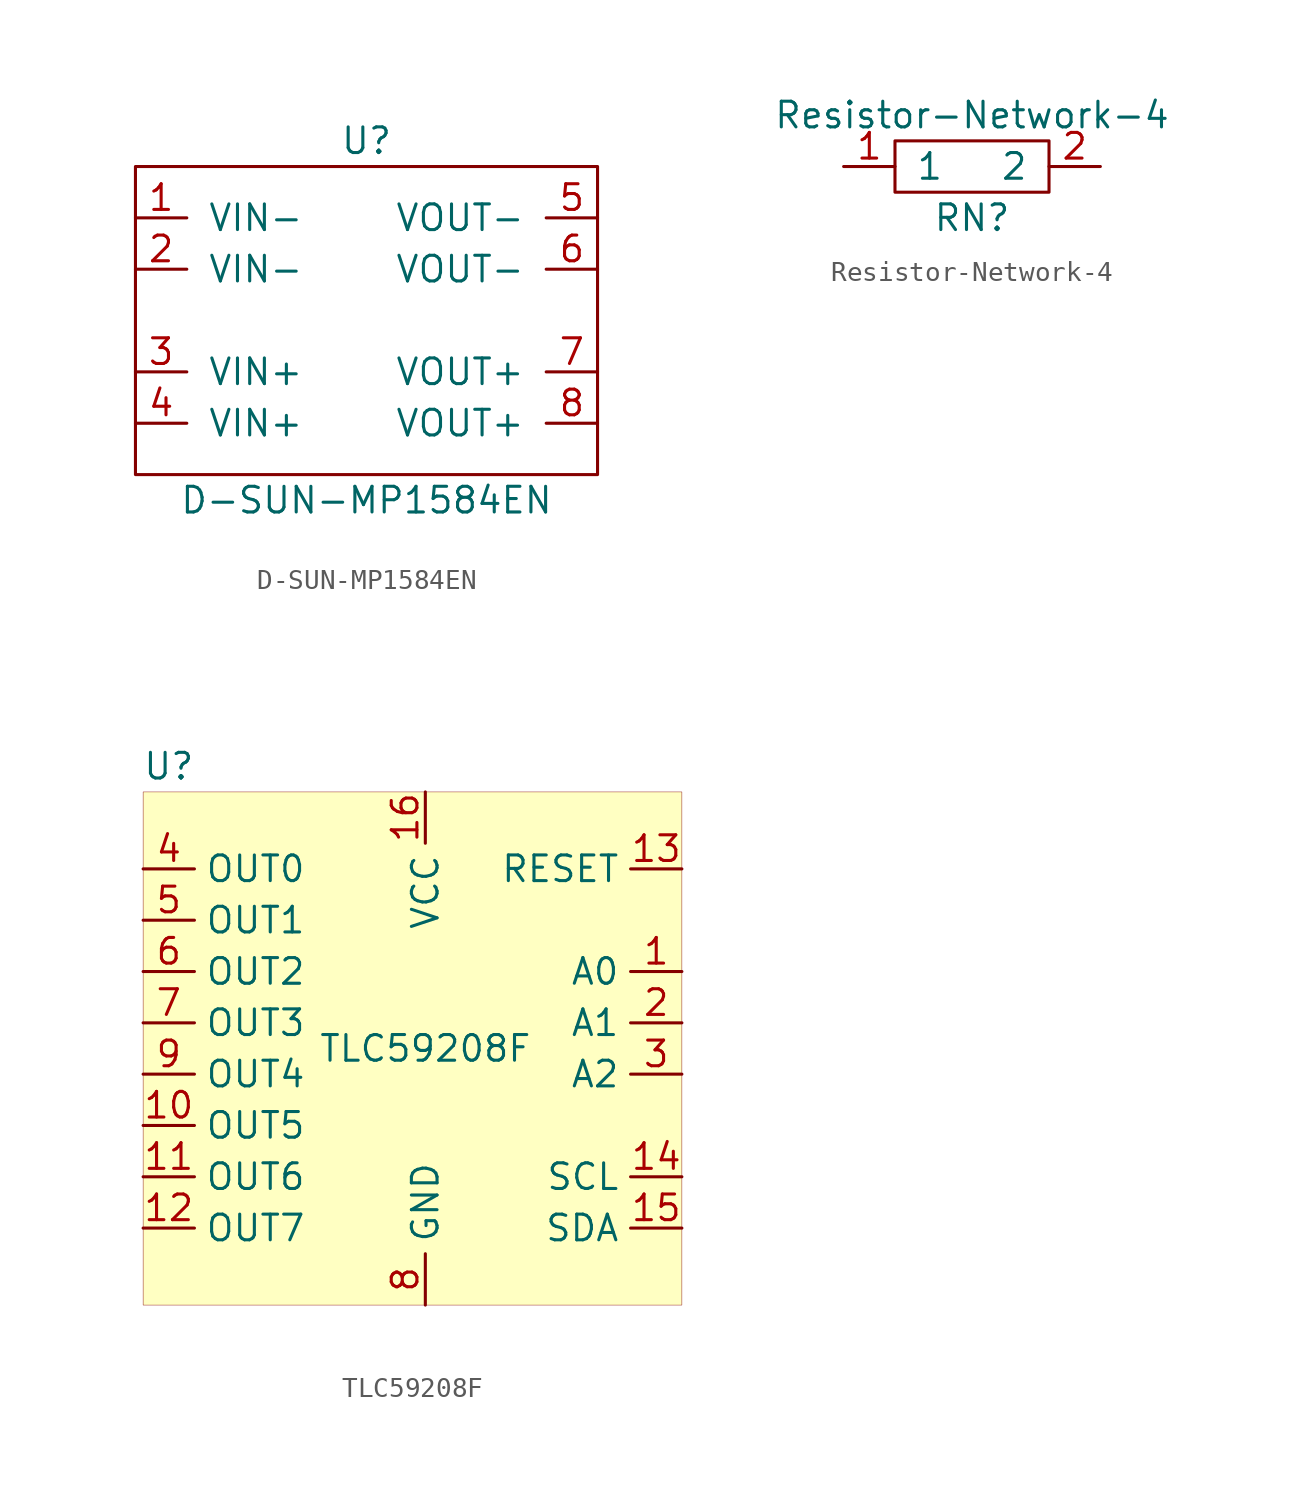
<source format=kicad_sym>
(kicad_symbol_lib
  (version 20201005)
  (generator kicad_symbol_editor)
  (symbol "bouni:D-SUN-MP1584EN"
    (pin_names
      (offset 1.016))
    (property "Reference" "U"
      (at 0 8.89 0)
      (effects (font (size 1.27 1.27))))
    (property "Value" "D-SUN-MP1584EN"
      (at 0 -8.89 0)
      (effects (font (size 1.27 1.27))))
    (symbol "D-SUN-MP1584EN_0_1"
      (rectangle (start -11.43 7.62) (end 11.43 -7.62) (stroke (width 0)) (fill (type none))))
    (symbol "D-SUN-MP1584EN_1_1"
      (pin input line (at -11.43 5.08 0) (length 2.54) (name "VIN-" (effects (font (size 1.27 1.27)))) (number "1" (effects (font (size 1.27 1.27)))))
      (pin input line (at -11.43 2.54 0) (length 2.54) (name "VIN-" (effects (font (size 1.27 1.27)))) (number "2" (effects (font (size 1.27 1.27)))))
      (pin input line (at -11.43 -2.54 0) (length 2.54) (name "VIN+" (effects (font (size 1.27 1.27)))) (number "3" (effects (font (size 1.27 1.27)))))
      (pin input line (at -11.43 -5.08 0) (length 2.54) (name "VIN+" (effects (font (size 1.27 1.27)))) (number "4" (effects (font (size 1.27 1.27)))))
      (pin input line (at 11.43 5.08 180) (length 2.54) (name "VOUT-" (effects (font (size 1.27 1.27)))) (number "5" (effects (font (size 1.27 1.27)))))
      (pin input line (at 11.43 2.54 180) (length 2.54) (name "VOUT-" (effects (font (size 1.27 1.27)))) (number "6" (effects (font (size 1.27 1.27)))))
      (pin input line (at 11.43 -2.54 180) (length 2.54) (name "VOUT+" (effects (font (size 1.27 1.27)))) (number "7" (effects (font (size 1.27 1.27)))))
      (pin input line (at 11.43 -5.08 180) (length 2.54) (name "VOUT+" (effects (font (size 1.27 1.27)))) (number "8" (effects (font (size 1.27 1.27)))))))
  (symbol "bouni:Resistor-Network-4"
    (pin_names
      (offset 1.016))
    (property "Reference" "RN"
      (at 0 -2.54 0)
      (effects (font (size 1.27 1.27))))
    (property "Value" "Resistor-Network-4"
      (at 0 2.54 0)
      (effects (font (size 1.27 1.27))))
    (symbol "Resistor-Network-4_0_0"
      (pin bidirectional line (at -6.35 0 0) (length 2.54) (name "1" (effects (font (size 1.27 1.27)))) (number "1" (effects (font (size 1.27 1.27)))))
      (pin bidirectional line (at 6.35 0 180) (length 2.54) (name "2" (effects (font (size 1.27 1.27)))) (number "2" (effects (font (size 1.27 1.27))))))
    (symbol "Resistor-Network-4_0_1"
      (rectangle (start -3.81 1.27) (end 3.81 -1.27) (stroke (width 0)) (fill (type none)))))
  (symbol "bouni:TLC59208F"
    (property "Reference" "U"
      (at -12.7 13.97 0)
      (effects (font (size 1.27 1.27))))
    (property "Value" "TLC59208F"
      (at 0 0 0)
      (effects (font (size 1.27 1.27))))
    (symbol "TLC59208F_0_1"
      (rectangle (start -13.97 12.7) (end 12.7 -12.7) (stroke (width 0.001)) (fill (type background))))
    (symbol "TLC59208F_1_1"
      (pin input line (at 12.7 3.81 180) (length 2.54) (name "A0" (effects (font (size 1.27 1.27)))) (number "1" (effects (font (size 1.27 1.27)))))
      (pin input line (at -13.97 -3.81 0) (length 2.54) (name "OUT5" (effects (font (size 1.27 1.27)))) (number "10" (effects (font (size 1.27 1.27)))))
      (pin input line (at -13.97 -6.35 0) (length 2.54) (name "OUT6" (effects (font (size 1.27 1.27)))) (number "11" (effects (font (size 1.27 1.27)))))
      (pin input line (at -13.97 -8.89 0) (length 2.54) (name "OUT7" (effects (font (size 1.27 1.27)))) (number "12" (effects (font (size 1.27 1.27)))))
      (pin input line (at 12.7 8.89 180) (length 2.54) (name "RESET" (effects (font (size 1.27 1.27)))) (number "13" (effects (font (size 1.27 1.27)))))
      (pin input line (at 12.7 -6.35 180) (length 2.54) (name "SCL" (effects (font (size 1.27 1.27)))) (number "14" (effects (font (size 1.27 1.27)))))
      (pin input line (at 12.7 -8.89 180) (length 2.54) (name "SDA" (effects (font (size 1.27 1.27)))) (number "15" (effects (font (size 1.27 1.27)))))
      (pin input line (at 0 12.7 270) (length 2.54) (name "VCC" (effects (font (size 1.27 1.27)))) (number "16" (effects (font (size 1.27 1.27)))))
      (pin input line (at 12.7 1.27 180) (length 2.54) (name "A1" (effects (font (size 1.27 1.27)))) (number "2" (effects (font (size 1.27 1.27)))))
      (pin input line (at 12.7 -1.27 180) (length 2.54) (name "A2" (effects (font (size 1.27 1.27)))) (number "3" (effects (font (size 1.27 1.27)))))
      (pin input line (at -13.97 8.89 0) (length 2.54) (name "OUT0" (effects (font (size 1.27 1.27)))) (number "4" (effects (font (size 1.27 1.27)))))
      (pin input line (at -13.97 6.35 0) (length 2.54) (name "OUT1" (effects (font (size 1.27 1.27)))) (number "5" (effects (font (size 1.27 1.27)))))
      (pin input line (at -13.97 3.81 0) (length 2.54) (name "OUT2" (effects (font (size 1.27 1.27)))) (number "6" (effects (font (size 1.27 1.27)))))
      (pin input line (at -13.97 1.27 0) (length 2.54) (name "OUT3" (effects (font (size 1.27 1.27)))) (number "7" (effects (font (size 1.27 1.27)))))
      (pin input line (at 0 -12.7 90) (length 2.54) (name "GND" (effects (font (size 1.27 1.27)))) (number "8" (effects (font (size 1.27 1.27)))))
      (pin input line (at -13.97 -1.27 0) (length 2.54) (name "OUT4" (effects (font (size 1.27 1.27)))) (number "9" (effects (font (size 1.27 1.27))))))))
</source>
